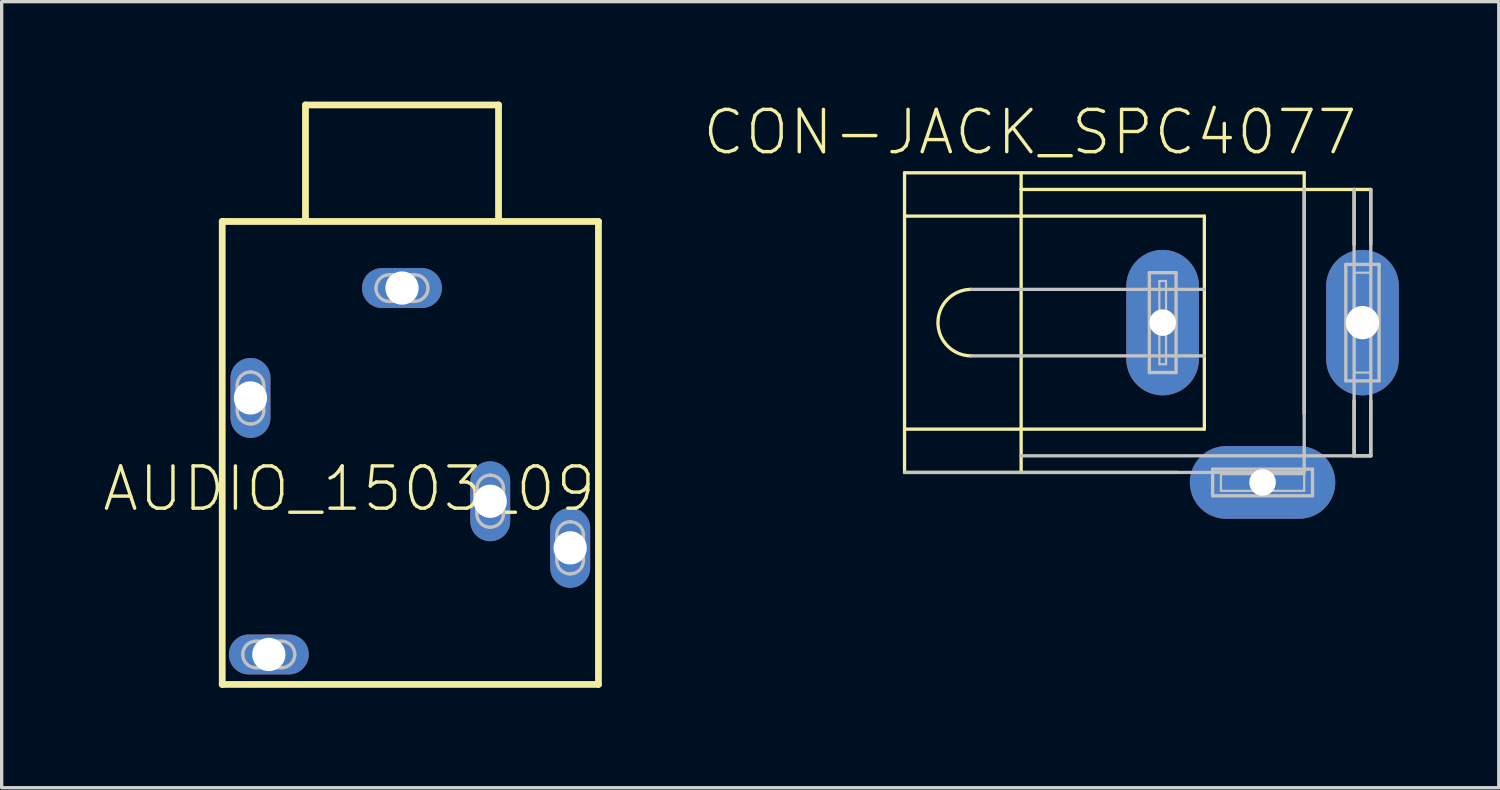
<source format=kicad_pcb>
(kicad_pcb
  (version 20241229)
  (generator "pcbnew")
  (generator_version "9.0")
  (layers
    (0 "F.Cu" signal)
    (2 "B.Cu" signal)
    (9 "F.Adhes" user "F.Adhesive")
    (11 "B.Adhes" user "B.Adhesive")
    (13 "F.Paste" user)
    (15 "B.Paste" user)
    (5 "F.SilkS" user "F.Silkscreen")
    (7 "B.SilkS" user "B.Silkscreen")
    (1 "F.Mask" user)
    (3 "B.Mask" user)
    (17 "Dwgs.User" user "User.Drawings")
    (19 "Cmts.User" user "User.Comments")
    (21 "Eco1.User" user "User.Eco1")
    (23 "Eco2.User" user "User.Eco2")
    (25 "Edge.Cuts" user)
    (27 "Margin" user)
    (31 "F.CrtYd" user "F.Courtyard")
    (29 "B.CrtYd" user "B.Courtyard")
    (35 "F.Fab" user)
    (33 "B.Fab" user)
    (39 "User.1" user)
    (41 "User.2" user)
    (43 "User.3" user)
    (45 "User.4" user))
  (footprint "AUDIO_1503_09"
    (layer "F.Cu")
    (at 9.019 3.5)
    (property "Reference" "AUDIO_1503_09" (at -1.585 8.125 0) (layer "F.SilkS") (effects (font (size 1.27 1.27) (thickness 0.102))))
    (attr exclude_from_pos_files exclude_from_bom)
    (fp_line (start -5.397 0.099) (end 5.898 0.099) (stroke (width 0.203) (type solid)) (layer "F.SilkS"))
    (fp_line (start -5.397 13.998) (end -5.397 0.099) (stroke (width 0.203) (type solid)) (layer "F.SilkS"))
    (fp_line (start -2.898 -3.399) (end 2.898 -3.399) (stroke (width 0.203) (type solid)) (layer "F.SilkS"))
    (fp_line (start -2.898 0) (end -2.898 -3.399) (stroke (width 0.203) (type solid)) (layer "F.SilkS"))
    (fp_line (start 2.898 -3.399) (end 2.898 0) (stroke (width 0.203) (type solid)) (layer "F.SilkS"))
    (fp_line (start 5.898 0.099) (end 5.898 13.998) (stroke (width 0.203) (type solid)) (layer "F.SilkS"))
    (fp_line (start 5.898 13.998) (end -5.397 13.998) (stroke (width 0.203) (type solid)) (layer "F.SilkS"))
    (fp_line (start -4.948 5.016) (end -4.948 5.781) (stroke (width 0.1) (type solid)) (layer "Dwgs.User"))
    (fp_line (start -4.381 13.498) (end -3.617 13.498) (stroke (width 0.1) (type solid)) (layer "Dwgs.User"))
    (fp_line (start -4.148 5.781) (end -4.148 5.016) (stroke (width 0.1) (type solid)) (layer "Dwgs.User"))
    (fp_line (start -3.617 12.7) (end -4.381 12.7) (stroke (width 0.1) (type solid)) (layer "Dwgs.User"))
    (fp_line (start -0.381 2.499) (end 0.381 2.499) (stroke (width 0.1) (type solid)) (layer "Dwgs.User"))
    (fp_line (start 0.381 1.699) (end -0.381 1.699) (stroke (width 0.1) (type solid)) (layer "Dwgs.User"))
    (fp_line (start 2.248 8.118) (end 2.248 8.88) (stroke (width 0.1) (type solid)) (layer "Dwgs.User"))
    (fp_line (start 3.048 8.88) (end 3.048 8.118) (stroke (width 0.1) (type solid)) (layer "Dwgs.User"))
    (fp_line (start 4.648 9.517) (end 4.648 10.279) (stroke (width 0.1) (type solid)) (layer "Dwgs.User"))
    (fp_line (start 5.448 10.279) (end 5.448 9.517) (stroke (width 0.1) (type solid)) (layer "Dwgs.User"))
    (fp_arc (start -4.94792 5.0165) (mid -4.83112 4.73452) (end -4.54914 4.61772) (stroke (width 0.1) (type solid)) (layer "Dwgs.User"))
    (fp_arc (start -4.78028 13.09878) (mid -4.66348 12.8168) (end -4.3815 12.7) (stroke (width 0.1) (type solid)) (layer "Dwgs.User"))
    (fp_arc (start -4.54914 4.61772) (mid -4.26716 4.73452) (end -4.15036 5.0165) (stroke (width 0.1) (type solid)) (layer "Dwgs.User"))
    (fp_arc (start -4.54914 6.17982) (mid -4.83112 6.06302) (end -4.94792 5.78104) (stroke (width 0.1) (type solid)) (layer "Dwgs.User"))
    (fp_arc (start -4.3815 13.49756) (mid -4.66348 13.38076) (end -4.78028 13.09878) (stroke (width 0.1) (type solid)) (layer "Dwgs.User"))
    (fp_arc (start -4.14782 5.78104) (mid -4.265364 6.064816) (end -4.54914 6.18236) (stroke (width 0.1) (type solid)) (layer "Dwgs.User"))
    (fp_arc (start -3.61696 12.7) (mid -3.33498 12.8168) (end -3.21818 13.09878) (stroke (width 0.1) (type solid)) (layer "Dwgs.User"))
    (fp_arc (start -3.21818 13.09878) (mid -3.33498 13.38076) (end -3.61696 13.49756) (stroke (width 0.1) (type solid)) (layer "Dwgs.User"))
    (fp_arc (start -0.77978 2.09804) (mid -0.66298 1.81606) (end -0.381 1.69926) (stroke (width 0.1) (type solid)) (layer "Dwgs.User"))
    (fp_arc (start -0.381 2.49936) (mid -0.664776 2.381816) (end -0.78232 2.09804) (stroke (width 0.1) (type solid)) (layer "Dwgs.User"))
    (fp_arc (start 0.381 1.69926) (mid 0.66298 1.81606) (end 0.77978 2.09804) (stroke (width 0.1) (type solid)) (layer "Dwgs.User"))
    (fp_arc (start 0.77978 2.09804) (mid 0.66298 2.38002) (end 0.381 2.49682) (stroke (width 0.1) (type solid)) (layer "Dwgs.User"))
    (fp_arc (start 2.2479 8.11784) (mid 2.365444 7.834064) (end 2.64922 7.71652) (stroke (width 0.1) (type solid)) (layer "Dwgs.User"))
    (fp_arc (start 2.64922 7.71652) (mid 2.932996 7.834064) (end 3.05054 8.11784) (stroke (width 0.1) (type solid)) (layer "Dwgs.User"))
    (fp_arc (start 2.64922 9.28116) (mid 2.365444 9.163616) (end 2.2479 8.87984) (stroke (width 0.1) (type solid)) (layer "Dwgs.User"))
    (fp_arc (start 3.048 8.87984) (mid 2.9312 9.16182) (end 2.64922 9.27862) (stroke (width 0.1) (type solid)) (layer "Dwgs.User"))
    (fp_arc (start 4.6482 9.51738) (mid 4.765744 9.233604) (end 5.04952 9.11606) (stroke (width 0.1) (type solid)) (layer "Dwgs.User"))
    (fp_arc (start 5.04952 9.11606) (mid 5.333296 9.233604) (end 5.45084 9.51738) (stroke (width 0.1) (type solid)) (layer "Dwgs.User"))
    (fp_arc (start 5.04952 10.6807) (mid 4.765744 10.563156) (end 4.6482 10.27938) (stroke (width 0.1) (type solid)) (layer "Dwgs.User"))
    (fp_arc (start 5.4483 10.27938) (mid 5.3315 10.56136) (end 5.04952 10.67816) (stroke (width 0.1) (type solid)) (layer "Dwgs.User"))
    (pad "1" thru_hole oval (at 0 2.098 270) (size 1.199 2.398) (drill 0.998) (layers "*.Cu" "*.Paste" "*.Mask"))
    (pad "2" thru_hole oval (at -4.549 5.397 180) (size 1.199 2.398) (drill 0.998) (layers "*.Cu" "*.Paste" "*.Mask"))
    (pad "3" thru_hole oval (at 5.05 9.898 180) (size 1.199 2.398) (drill 0.998) (layers "*.Cu" "*.Paste" "*.Mask"))
    (pad "4" thru_hole oval (at -3.998 13.099 270) (size 1.199 2.398) (drill 0.998) (layers "*.Cu" "*.Paste" "*.Mask"))
    (pad "5" thru_hole oval (at 2.649 8.499 180) (size 1.199 2.398) (drill 0.998) (layers "*.Cu" "*.Paste" "*.Mask")))
  (footprint "CON-JACK_SPC4077"
    (layer "F.Cu")
    (at 34.856 6.636)
    (property "Reference" "CON-JACK_SPC4077" (at -6.985 -5.715 0) (layer "F.SilkS") (effects (font (size 1.27 1.27) (thickness 0.102))))
    (attr exclude_from_pos_files exclude_from_bom)
    (fp_line (start -10.749 -4.498) (end 1.25 -4.498) (stroke (width 0.099) (type solid)) (layer "F.SilkS"))
    (fp_line (start -10.749 -3.198) (end -10.749 -4.498) (stroke (width 0.099) (type solid)) (layer "F.SilkS"))
    (fp_line (start -10.749 -3.198) (end -1.748 -3.198) (stroke (width 0.099) (type solid)) (layer "F.SilkS"))
    (fp_line (start -10.749 3.198) (end -10.749 -3.198) (stroke (width 0.099) (type solid)) (layer "F.SilkS"))
    (fp_line (start -10.749 3.198) (end -1.748 3.198) (stroke (width 0.099) (type solid)) (layer "F.SilkS"))
    (fp_line (start -10.749 4.498) (end -10.749 3.198) (stroke (width 0.099) (type solid)) (layer "F.SilkS"))
    (fp_line (start -10.749 4.498) (end -2.558 4.498) (stroke (width 0.099) (type solid)) (layer "F.SilkS"))
    (fp_line (start -7.249 -3.998) (end -7.249 -4.498) (stroke (width 0.099) (type solid)) (layer "F.SilkS"))
    (fp_line (start -7.249 -3.998) (end 1.25 -3.998) (stroke (width 0.099) (type solid)) (layer "F.SilkS"))
    (fp_line (start -7.249 4.498) (end -7.249 -3.998) (stroke (width 0.099) (type solid)) (layer "F.SilkS"))
    (fp_line (start -1.748 3.198) (end -1.748 -3.198) (stroke (width 0.099) (type solid)) (layer "F.SilkS"))
    (fp_line (start 1.25 -3.998) (end 1.25 -4.498) (stroke (width 0.099) (type solid)) (layer "F.SilkS"))
    (fp_line (start 1.25 -3.998) (end 2.748 -3.998) (stroke (width 0.099) (type solid)) (layer "F.SilkS"))
    (fp_line (start 1.25 2.728) (end 1.25 -3.998) (stroke (width 0.099) (type solid)) (layer "F.SilkS"))
    (fp_line (start 2.748 -3.998) (end 3.249 -3.998) (stroke (width 0.099) (type solid)) (layer "F.SilkS"))
    (fp_line (start 2.748 -2.349) (end 2.748 -3.998) (stroke (width 0.099) (type solid)) (layer "F.SilkS"))
    (fp_line (start 2.748 3.998) (end 2.748 2.349) (stroke (width 0.099) (type solid)) (layer "F.SilkS"))
    (fp_line (start 2.748 3.998) (end 3.249 3.998) (stroke (width 0.099) (type solid)) (layer "F.SilkS"))
    (fp_line (start 3.249 -2.349) (end 3.249 -3.998) (stroke (width 0.099) (type solid)) (layer "F.SilkS"))
    (fp_line (start 3.249 3.998) (end 3.249 2.349) (stroke (width 0.099) (type solid)) (layer "F.SilkS"))
    (fp_arc (start -8.74776 0.99822) (mid -9.74598 0) (end -8.74776 -0.99822) (stroke (width 0.09906) (type solid)) (layer "F.SilkS"))
    (fp_line (start -10.749 4.498) (end 1.25 4.498) (stroke (width 0.099) (type solid)) (layer "Dwgs.User"))
    (fp_line (start -8.748 -0.998) (end -1.748 -0.998) (stroke (width 0.099) (type solid)) (layer "Dwgs.User"))
    (fp_line (start -8.748 0.998) (end -1.748 0.998) (stroke (width 0.099) (type solid)) (layer "Dwgs.User"))
    (fp_line (start -7.249 3.998) (end 1.25 3.998) (stroke (width 0.099) (type solid)) (layer "Dwgs.User"))
    (fp_line (start -3.399 -1.499) (end -2.598 -1.499) (stroke (width 0.1) (type solid)) (layer "Dwgs.User"))
    (fp_line (start -3.399 1.499) (end -3.399 -1.499) (stroke (width 0.1) (type solid)) (layer "Dwgs.User"))
    (fp_line (start -3.099 -1.25) (end -2.898 -1.25) (stroke (width 0.066) (type solid)) (layer "Dwgs.User"))
    (fp_line (start -3.099 1.25) (end -3.099 -1.25) (stroke (width 0.066) (type solid)) (layer "Dwgs.User"))
    (fp_line (start -3.099 1.25) (end -2.898 1.25) (stroke (width 0.066) (type solid)) (layer "Dwgs.User"))
    (fp_line (start -2.898 1.25) (end -2.898 -1.25) (stroke (width 0.066) (type solid)) (layer "Dwgs.User"))
    (fp_line (start -2.598 -1.499) (end -2.598 1.499) (stroke (width 0.1) (type solid)) (layer "Dwgs.User"))
    (fp_line (start -2.598 1.499) (end -3.399 1.499) (stroke (width 0.1) (type solid)) (layer "Dwgs.User"))
    (fp_line (start -1.499 4.399) (end 1.499 4.399) (stroke (width 0.1) (type solid)) (layer "Dwgs.User"))
    (fp_line (start -1.499 5.199) (end -1.499 4.399) (stroke (width 0.1) (type solid)) (layer "Dwgs.User"))
    (fp_line (start -1.25 4.549) (end 1.25 4.549) (stroke (width 0.066) (type solid)) (layer "Dwgs.User"))
    (fp_line (start -1.25 5.05) (end -1.25 4.549) (stroke (width 0.066) (type solid)) (layer "Dwgs.User"))
    (fp_line (start -1.25 5.05) (end 1.25 5.05) (stroke (width 0.066) (type solid)) (layer "Dwgs.User"))
    (fp_line (start 1.25 3.998) (end 1.25 -3.998) (stroke (width 0.099) (type solid)) (layer "Dwgs.User"))
    (fp_line (start 1.25 3.998) (end 2.748 3.998) (stroke (width 0.099) (type solid)) (layer "Dwgs.User"))
    (fp_line (start 1.25 4.498) (end 1.25 3.998) (stroke (width 0.099) (type solid)) (layer "Dwgs.User"))
    (fp_line (start 1.25 5.05) (end 1.25 4.549) (stroke (width 0.066) (type solid)) (layer "Dwgs.User"))
    (fp_line (start 1.499 4.399) (end 1.499 5.199) (stroke (width 0.1) (type solid)) (layer "Dwgs.User"))
    (fp_line (start 1.499 5.199) (end -1.499 5.199) (stroke (width 0.1) (type solid)) (layer "Dwgs.User"))
    (fp_line (start 2.499 -1.748) (end 3.498 -1.748) (stroke (width 0.1) (type solid)) (layer "Dwgs.User"))
    (fp_line (start 2.499 1.748) (end 2.499 -1.748) (stroke (width 0.1) (type solid)) (layer "Dwgs.User"))
    (fp_line (start 2.748 -1.499) (end 3.249 -1.499) (stroke (width 0.066) (type solid)) (layer "Dwgs.User"))
    (fp_line (start 2.748 1.499) (end 2.748 -1.499) (stroke (width 0.066) (type solid)) (layer "Dwgs.User"))
    (fp_line (start 2.748 1.499) (end 3.249 1.499) (stroke (width 0.066) (type solid)) (layer "Dwgs.User"))
    (fp_line (start 2.748 3.998) (end 2.748 -3.998) (stroke (width 0.099) (type solid)) (layer "Dwgs.User"))
    (fp_line (start 2.748 3.998) (end 3.249 3.998) (stroke (width 0.099) (type solid)) (layer "Dwgs.User"))
    (fp_line (start 3.249 1.499) (end 3.249 -1.499) (stroke (width 0.066) (type solid)) (layer "Dwgs.User"))
    (fp_line (start 3.249 3.998) (end 3.249 -3.998) (stroke (width 0.099) (type solid)) (layer "Dwgs.User"))
    (fp_line (start 3.498 -1.748) (end 3.498 1.748) (stroke (width 0.1) (type solid)) (layer "Dwgs.User"))
    (fp_line (start 3.498 1.748) (end 2.499 1.748) (stroke (width 0.1) (type solid)) (layer "Dwgs.User"))
    (pad "1" thru_hole oval (at -3 0 180) (size 2.182 4.366) (drill 0.798) (layers "*.Cu" "*.Paste" "*.Mask"))
    (pad "2" thru_hole oval (at 0 4.798 90) (size 2.182 4.366) (drill 0.798) (layers "*.Cu" "*.Paste" "*.Mask"))
    (pad "3" thru_hole oval (at 3 0 180) (size 2.182 4.366) (drill 0.998) (layers "*.Cu" "*.Paste" "*.Mask")))
  (gr_rect
    (start -3 -3)
    (end 41.947 20.6)
    (stroke (width 0.1) (type default))
    (fill no)
    (layer "Edge.Cuts")))
</source>
